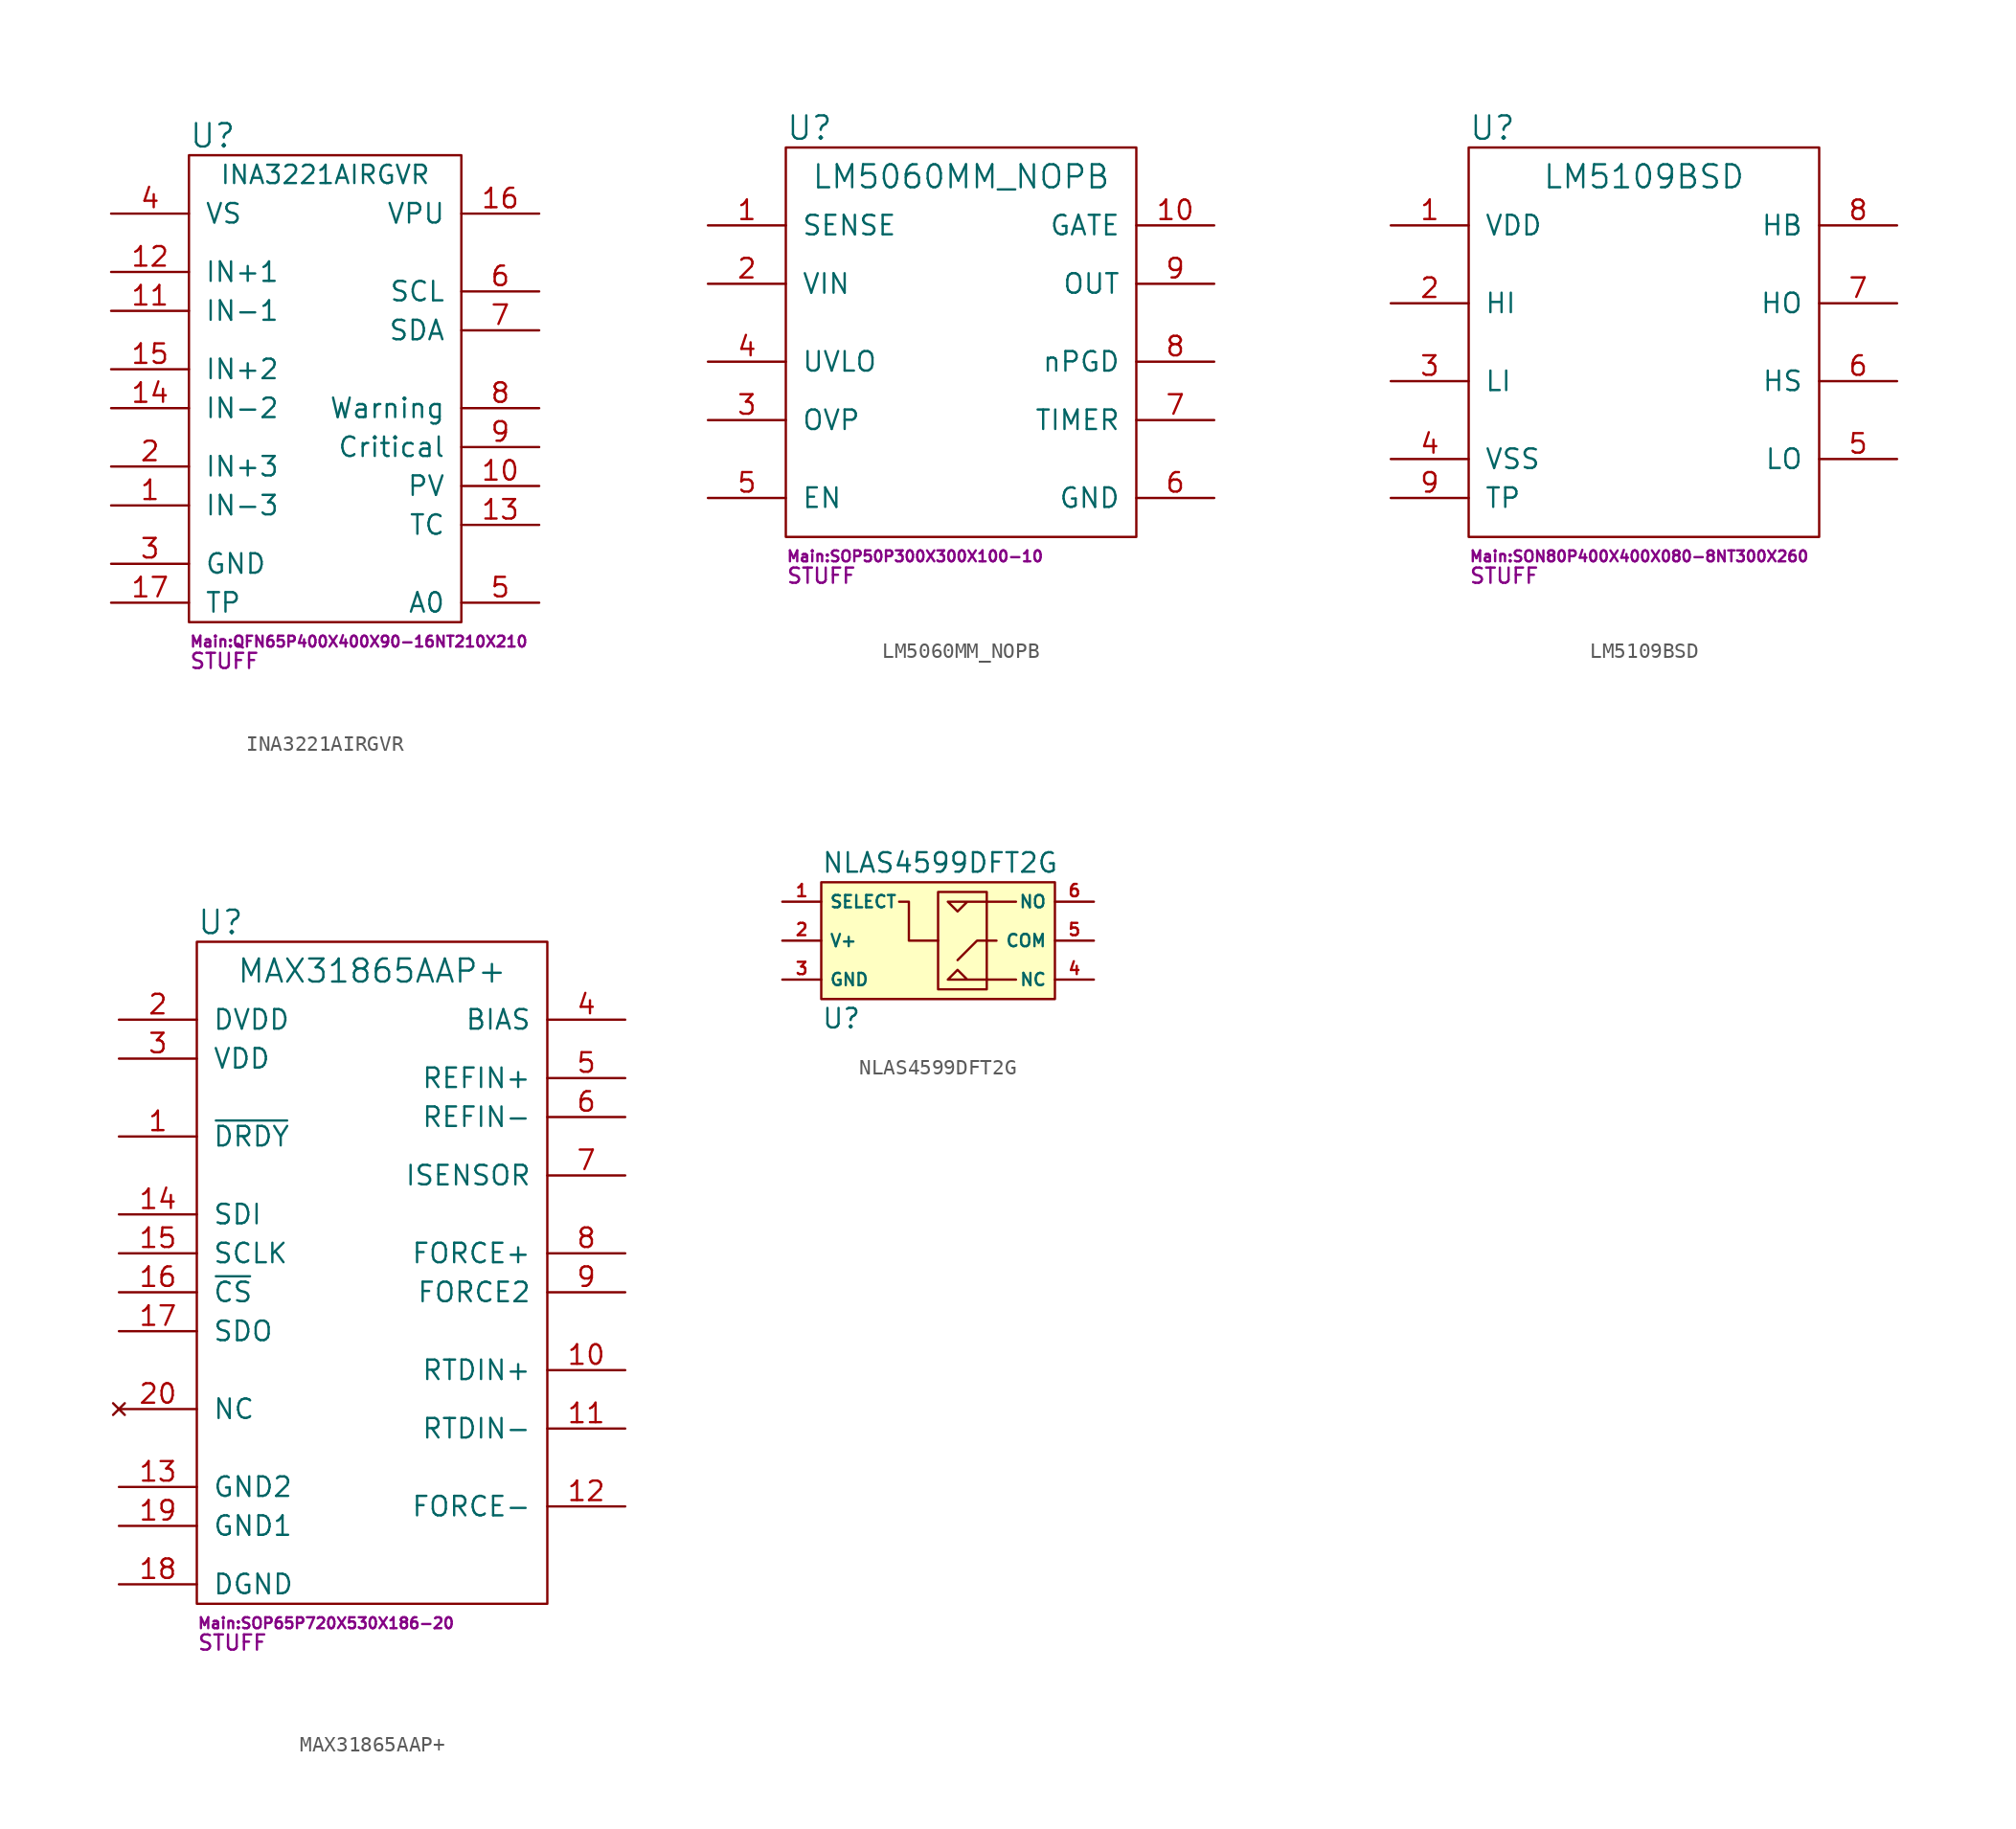
<source format=kicad_sym>
(kicad_symbol_lib
  (version 20231120)
  (generator "kicad_symbol_editor")
  (generator_version "8.0")
  (symbol "INA3221AIRGVR"
    (pin_names
      (offset 1.016))
    (property "Reference" "U"
      (at -8.89 16.51 0)
      (effects (font (size 1.524 1.524)) (justify left)))
    (property "Value" "INA3221AIRGVR"
      (at 0 13.97 0)
      (effects (font (size 1.194 1.194))))
    (property "Footprint" "Main:QFN65P400X400X90-16NT210X210"
      (at -8.89 -16.51 0)
      (effects (font (size 0.711 0.711)) (justify left)))
    (property "Datasheet" ""
      (at -5.08 11.43 0)
      (effects (font (size 1.524 1.524))))
    (property "SKU" "STUFF"
      (at -8.89 -17.78 0)
      (effects (font (size 0.991 0.991)) (justify left)))
    (symbol "INA3221AIRGVR_0_1"
      (rectangle (start 8.89 15.24) (end -8.89 -15.24) (stroke (width 0) (type default)) (fill (type none))))
    (symbol "INA3221AIRGVR_1_1"
      (pin input line (at -13.97 -7.62 0) (length 5.08) (name "IN-3" (effects (font (size 1.27 1.27)))) (number "1" (effects (font (size 1.27 1.27)))))
      (pin open_collector line (at 13.97 -6.35 180) (length 5.08) (name "PV" (effects (font (size 1.27 1.27)))) (number "10" (effects (font (size 1.27 1.27)))))
      (pin input line (at -13.97 5.08 0) (length 5.08) (name "IN-1" (effects (font (size 1.27 1.27)))) (number "11" (effects (font (size 1.27 1.27)))))
      (pin input line (at -13.97 7.62 0) (length 5.08) (name "IN+1" (effects (font (size 1.27 1.27)))) (number "12" (effects (font (size 1.27 1.27)))))
      (pin open_collector line (at 13.97 -8.89 180) (length 5.08) (name "TC" (effects (font (size 1.27 1.27)))) (number "13" (effects (font (size 1.27 1.27)))))
      (pin input line (at -13.97 -1.27 0) (length 5.08) (name "IN-2" (effects (font (size 1.27 1.27)))) (number "14" (effects (font (size 1.27 1.27)))))
      (pin input line (at -13.97 1.27 0) (length 5.08) (name "IN+2" (effects (font (size 1.27 1.27)))) (number "15" (effects (font (size 1.27 1.27)))))
      (pin power_in line (at 13.97 11.43 180) (length 5.08) (name "VPU" (effects (font (size 1.27 1.27)))) (number "16" (effects (font (size 1.27 1.27)))))
      (pin power_in line (at -13.97 -13.97 0) (length 5.08) (name "TP" (effects (font (size 1.27 1.27)))) (number "17" (effects (font (size 1.27 1.27)))))
      (pin input line (at -13.97 -5.08 0) (length 5.08) (name "IN+3" (effects (font (size 1.27 1.27)))) (number "2" (effects (font (size 1.27 1.27)))))
      (pin power_in line (at -13.97 -11.43 0) (length 5.08) (name "GND" (effects (font (size 1.27 1.27)))) (number "3" (effects (font (size 1.27 1.27)))))
      (pin power_in line (at -13.97 11.43 0) (length 5.08) (name "VS" (effects (font (size 1.27 1.27)))) (number "4" (effects (font (size 1.27 1.27)))))
      (pin input line (at 13.97 -13.97 180) (length 5.08) (name "A0" (effects (font (size 1.27 1.27)))) (number "5" (effects (font (size 1.27 1.27)))))
      (pin input line (at 13.97 6.35 180) (length 5.08) (name "SCL" (effects (font (size 1.27 1.27)))) (number "6" (effects (font (size 1.27 1.27)))))
      (pin open_collector line (at 13.97 3.81 180) (length 5.08) (name "SDA" (effects (font (size 1.27 1.27)))) (number "7" (effects (font (size 1.27 1.27)))))
      (pin open_collector line (at 13.97 -1.27 180) (length 5.08) (name "Warning" (effects (font (size 1.27 1.27)))) (number "8" (effects (font (size 1.27 1.27)))))
      (pin open_collector line (at 13.97 -3.81 180) (length 5.08) (name "Critical" (effects (font (size 1.27 1.27)))) (number "9" (effects (font (size 1.27 1.27)))))))
  (symbol "LM5060MM_NOPB"
    (pin_names
      (offset 1.016))
    (property "Reference" "U"
      (at -11.43 13.97 0)
      (effects (font (size 1.524 1.524)) (justify left)))
    (property "Value" "LM5060MM_NOPB"
      (at 0 10.795 0)
      (effects (font (size 1.499 1.499))))
    (property "Footprint" "Main:SOP50P300X300X100-10"
      (at -11.43 -13.97 0)
      (effects (font (size 0.711 0.711)) (justify left)))
    (property "Datasheet" ""
      (at -5.08 11.43 0)
      (effects (font (size 1.524 1.524))))
    (property "SKU" "STUFF"
      (at -11.43 -15.24 0)
      (effects (font (size 0.991 0.991)) (justify left)))
    (symbol "LM5060MM_NOPB_0_1"
      (rectangle (start 11.43 12.7) (end -11.43 -12.7) (stroke (width 0) (type default)) (fill (type none))))
    (symbol "LM5060MM_NOPB_1_1"
      (pin input line (at -16.51 7.62 0) (length 5.08) (name "SENSE" (effects (font (size 1.27 1.27)))) (number "1" (effects (font (size 1.27 1.27)))))
      (pin output line (at 16.51 7.62 180) (length 5.08) (name "GATE" (effects (font (size 1.27 1.27)))) (number "10" (effects (font (size 1.27 1.27)))))
      (pin power_in line (at -16.51 3.81 0) (length 5.08) (name "VIN" (effects (font (size 1.27 1.27)))) (number "2" (effects (font (size 1.27 1.27)))))
      (pin input line (at -16.51 -5.08 0) (length 5.08) (name "OVP" (effects (font (size 1.27 1.27)))) (number "3" (effects (font (size 1.27 1.27)))))
      (pin input line (at -16.51 -1.27 0) (length 5.08) (name "UVLO" (effects (font (size 1.27 1.27)))) (number "4" (effects (font (size 1.27 1.27)))))
      (pin input line (at -16.51 -10.16 0) (length 5.08) (name "EN" (effects (font (size 1.27 1.27)))) (number "5" (effects (font (size 1.27 1.27)))))
      (pin power_in line (at 16.51 -10.16 180) (length 5.08) (name "GND" (effects (font (size 1.27 1.27)))) (number "6" (effects (font (size 1.27 1.27)))))
      (pin bidirectional line (at 16.51 -5.08 180) (length 5.08) (name "TIMER" (effects (font (size 1.27 1.27)))) (number "7" (effects (font (size 1.27 1.27)))))
      (pin open_collector line (at 16.51 -1.27 180) (length 5.08) (name "nPGD" (effects (font (size 1.27 1.27)))) (number "8" (effects (font (size 1.27 1.27)))))
      (pin input line (at 16.51 3.81 180) (length 5.08) (name "OUT" (effects (font (size 1.27 1.27)))) (number "9" (effects (font (size 1.27 1.27)))))))
  (symbol "LM5109BSD"
    (pin_names
      (offset 1.016))
    (property "Reference" "U"
      (at -11.43 13.97 0)
      (effects (font (size 1.524 1.524)) (justify left)))
    (property "Value" "LM5109BSD"
      (at 0 10.795 0)
      (effects (font (size 1.499 1.499))))
    (property "Footprint" "Main:SON80P400X400X080-8NT300X260"
      (at -11.43 -13.97 0)
      (effects (font (size 0.711 0.711)) (justify left)))
    (property "Datasheet" ""
      (at -5.08 11.43 0)
      (effects (font (size 1.524 1.524))))
    (property "SKU" "STUFF"
      (at -11.43 -15.24 0)
      (effects (font (size 0.991 0.991)) (justify left)))
    (symbol "LM5109BSD_0_1"
      (rectangle (start 11.43 12.7) (end -11.43 -12.7) (stroke (width 0) (type default)) (fill (type none))))
    (symbol "LM5109BSD_1_1"
      (pin power_in line (at -16.51 7.62 0) (length 5.08) (name "VDD" (effects (font (size 1.27 1.27)))) (number "1" (effects (font (size 1.27 1.27)))))
      (pin input line (at -16.51 2.54 0) (length 5.08) (name "HI" (effects (font (size 1.27 1.27)))) (number "2" (effects (font (size 1.27 1.27)))))
      (pin input line (at -16.51 -2.54 0) (length 5.08) (name "LI" (effects (font (size 1.27 1.27)))) (number "3" (effects (font (size 1.27 1.27)))))
      (pin input line (at -16.51 -7.62 0) (length 5.08) (name "VSS" (effects (font (size 1.27 1.27)))) (number "4" (effects (font (size 1.27 1.27)))))
      (pin output line (at 16.51 -7.62 180) (length 5.08) (name "LO" (effects (font (size 1.27 1.27)))) (number "5" (effects (font (size 1.27 1.27)))))
      (pin bidirectional line (at 16.51 -2.54 180) (length 5.08) (name "HS" (effects (font (size 1.27 1.27)))) (number "6" (effects (font (size 1.27 1.27)))))
      (pin output line (at 16.51 2.54 180) (length 5.08) (name "HO" (effects (font (size 1.27 1.27)))) (number "7" (effects (font (size 1.27 1.27)))))
      (pin bidirectional line (at 16.51 7.62 180) (length 5.08) (name "HB" (effects (font (size 1.27 1.27)))) (number "8" (effects (font (size 1.27 1.27)))))
      (pin power_in line (at -16.51 -10.16 0) (length 5.08) (name "TP" (effects (font (size 1.27 1.27)))) (number "9" (effects (font (size 1.27 1.27)))))))
  (symbol "MAX31865AAP+"
    (pin_names
      (offset 1.016))
    (property "Reference" "U"
      (at -11.43 22.86 0)
      (effects (font (size 1.524 1.524)) (justify left)))
    (property "Value" "MAX31865AAP+"
      (at 0 19.685 0)
      (effects (font (size 1.499 1.499))))
    (property "Footprint" "Main:SOP65P720X530X186-20"
      (at -11.43 -22.86 0)
      (effects (font (size 0.711 0.711)) (justify left)))
    (property "Datasheet" ""
      (at -5.08 11.43 0)
      (effects (font (size 1.524 1.524))))
    (property "SKU" "STUFF"
      (at -11.43 -24.13 0)
      (effects (font (size 0.991 0.991)) (justify left)))
    (symbol "MAX31865AAP+_0_1"
      (rectangle (start 11.43 21.59) (end -11.43 -21.59) (stroke (width 0) (type default)) (fill (type none))))
    (symbol "MAX31865AAP+_1_1"
      (pin open_collector line (at -16.51 8.89 0) (length 5.08) (name "~{DRDY}" (effects (font (size 1.27 1.27)))) (number "1" (effects (font (size 1.27 1.27)))))
      (pin bidirectional line (at 16.51 -6.35 180) (length 5.08) (name "RTDIN+" (effects (font (size 1.27 1.27)))) (number "10" (effects (font (size 1.27 1.27)))))
      (pin bidirectional line (at 16.51 -10.16 180) (length 5.08) (name "RTDIN-" (effects (font (size 1.27 1.27)))) (number "11" (effects (font (size 1.27 1.27)))))
      (pin bidirectional line (at 16.51 -15.24 180) (length 5.08) (name "FORCE-" (effects (font (size 1.27 1.27)))) (number "12" (effects (font (size 1.27 1.27)))))
      (pin power_in line (at -16.51 -13.97 0) (length 5.08) (name "GND2" (effects (font (size 1.27 1.27)))) (number "13" (effects (font (size 1.27 1.27)))))
      (pin input line (at -16.51 3.81 0) (length 5.08) (name "SDI" (effects (font (size 1.27 1.27)))) (number "14" (effects (font (size 1.27 1.27)))))
      (pin input line (at -16.51 1.27 0) (length 5.08) (name "SCLK" (effects (font (size 1.27 1.27)))) (number "15" (effects (font (size 1.27 1.27)))))
      (pin input line (at -16.51 -1.27 0) (length 5.08) (name "~{CS}" (effects (font (size 1.27 1.27)))) (number "16" (effects (font (size 1.27 1.27)))))
      (pin output line (at -16.51 -3.81 0) (length 5.08) (name "SDO" (effects (font (size 1.27 1.27)))) (number "17" (effects (font (size 1.27 1.27)))))
      (pin bidirectional line (at -16.51 -20.32 0) (length 5.08) (name "DGND" (effects (font (size 1.27 1.27)))) (number "18" (effects (font (size 1.27 1.27)))))
      (pin bidirectional line (at -16.51 -16.51 0) (length 5.08) (name "GND1" (effects (font (size 1.27 1.27)))) (number "19" (effects (font (size 1.27 1.27)))))
      (pin power_in line (at -16.51 16.51 0) (length 5.08) (name "DVDD" (effects (font (size 1.27 1.27)))) (number "2" (effects (font (size 1.27 1.27)))))
      (pin no_connect line (at -16.51 -8.89 0) (length 5.08) (name "NC" (effects (font (size 1.27 1.27)))) (number "20" (effects (font (size 1.27 1.27)))))
      (pin power_in line (at -16.51 13.97 0) (length 5.08) (name "VDD" (effects (font (size 1.27 1.27)))) (number "3" (effects (font (size 1.27 1.27)))))
      (pin bidirectional line (at 16.51 16.51 180) (length 5.08) (name "BIAS" (effects (font (size 1.27 1.27)))) (number "4" (effects (font (size 1.27 1.27)))))
      (pin input line (at 16.51 12.7 180) (length 5.08) (name "REFIN+" (effects (font (size 1.27 1.27)))) (number "5" (effects (font (size 1.27 1.27)))))
      (pin input line (at 16.51 10.16 180) (length 5.08) (name "REFIN-" (effects (font (size 1.27 1.27)))) (number "6" (effects (font (size 1.27 1.27)))))
      (pin bidirectional line (at 16.51 6.35 180) (length 5.08) (name "ISENSOR" (effects (font (size 1.27 1.27)))) (number "7" (effects (font (size 1.27 1.27)))))
      (pin bidirectional line (at 16.51 1.27 180) (length 5.08) (name "FORCE+" (effects (font (size 1.27 1.27)))) (number "8" (effects (font (size 1.27 1.27)))))
      (pin bidirectional line (at 16.51 -1.27 180) (length 5.08) (name "FORCE2" (effects (font (size 1.27 1.27)))) (number "9" (effects (font (size 1.27 1.27)))))))
  (symbol "NLAS4599DFT2G"
    (property "Reference" "U"
      (at -7.62 -5.08 0)
      (effects (font (size 1.27 1.27)) (justify left)))
    (property "Value" "NLAS4599DFT2G"
      (at -7.62 5.08 0)
      (effects (font (size 1.27 1.27)) (justify left)))
    (symbol "NLAS4599DFT2G_0_1"
      (rectangle (start -7.62 3.81) (end 7.62 -3.81) (stroke (width 0.152) (type default)) (fill (type background)))
      (polyline (pts (xy 3.81 0) (xy 2.54 0) (xy 1.27 -1.27)) (stroke (width 0.152) (type default)) (fill (type none)))
      (polyline (pts (xy -2.54 2.54) (xy -1.905 2.54) (xy -1.905 0) (xy 0 0)) (stroke (width 0.152) (type default)) (fill (type none)))
      (polyline (pts (xy 5.08 -2.54) (xy 0.635 -2.54) (xy 1.27 -1.905) (xy 1.905 -2.54)) (stroke (width 0.152) (type default)) (fill (type none)))
      (polyline (pts (xy 5.08 2.54) (xy 0.635 2.54) (xy 1.27 1.905) (xy 1.905 2.54)) (stroke (width 0.152) (type default)) (fill (type none)))
      (polyline (pts (xy 0 3.175) (xy 0 -3.175) (xy 3.175 -3.175) (xy 3.175 3.175) (xy 0 3.175)) (stroke (width 0.152) (type default)) (fill (type none))))
    (symbol "NLAS4599DFT2G_1_1"
      (pin input line (at -10.16 2.54 0) (length 2.54) (name "SELECT" (effects (font (size 0.8 0.8)))) (number "1" (effects (font (size 0.8 0.8)))))
      (pin power_in line (at -10.16 0 0) (length 2.54) (name "V+" (effects (font (size 0.8 0.8)))) (number "2" (effects (font (size 0.8 0.8)))))
      (pin power_in line (at -10.16 -2.54 0) (length 2.54) (name "GND" (effects (font (size 0.8 0.8)))) (number "3" (effects (font (size 0.8 0.8)))))
      (pin bidirectional line (at 10.16 -2.54 180) (length 2.54) (name "NC" (effects (font (size 0.8 0.8)))) (number "4" (effects (font (size 0.8 0.8)))))
      (pin bidirectional line (at 10.16 0 180) (length 2.54) (name "COM" (effects (font (size 0.8 0.8)))) (number "5" (effects (font (size 0.8 0.8)))))
      (pin bidirectional line (at 10.16 2.54 180) (length 2.54) (name "NO" (effects (font (size 0.8 0.8)))) (number "6" (effects (font (size 0.8 0.8))))))))
</source>
